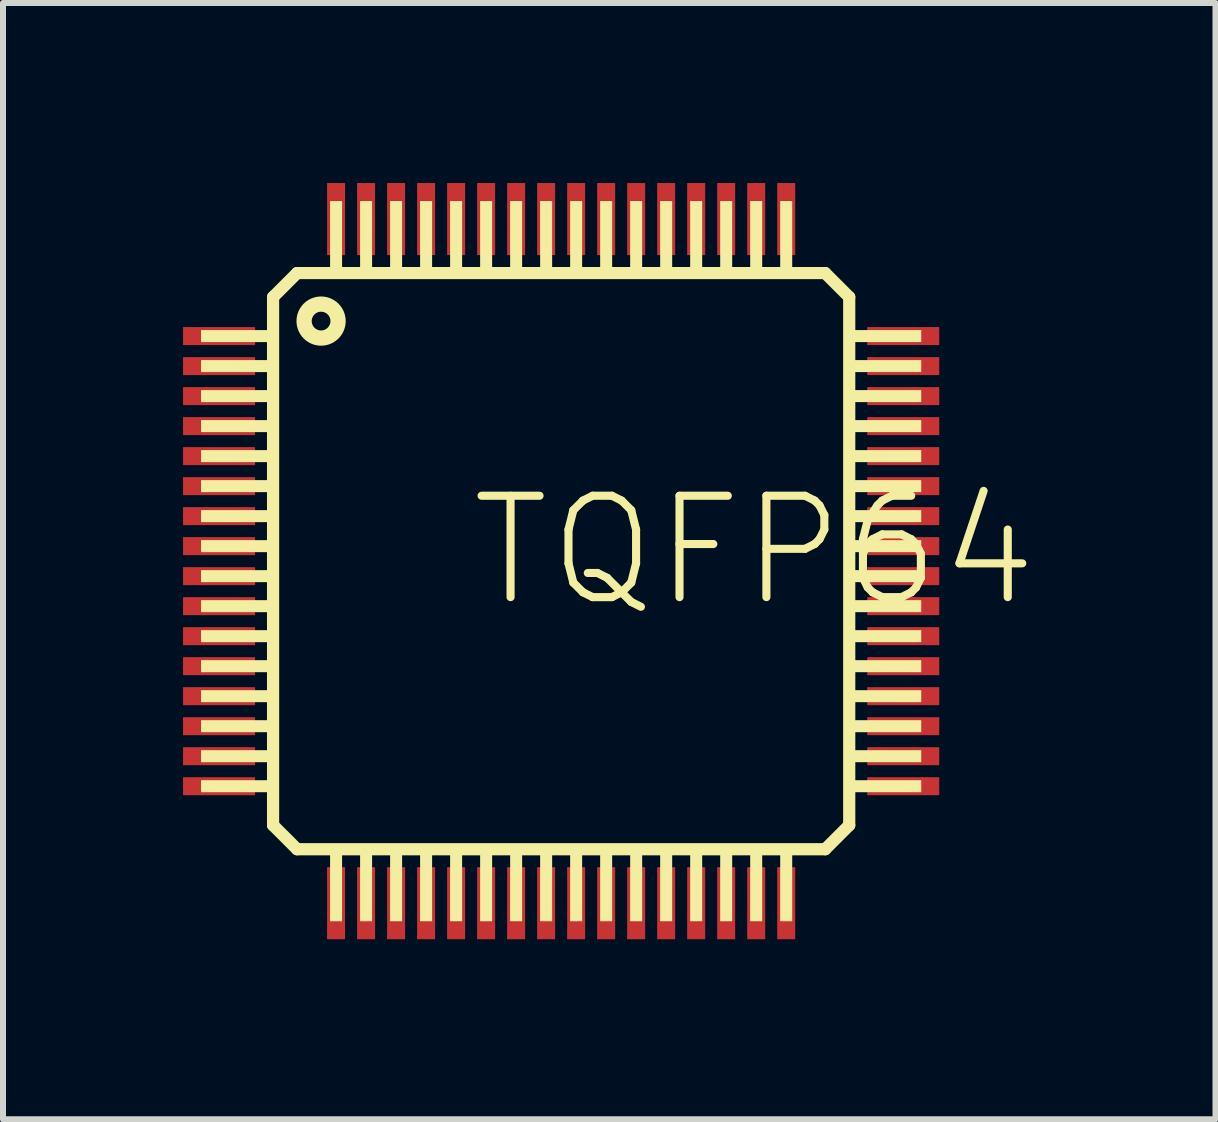
<source format=kicad_pcb>
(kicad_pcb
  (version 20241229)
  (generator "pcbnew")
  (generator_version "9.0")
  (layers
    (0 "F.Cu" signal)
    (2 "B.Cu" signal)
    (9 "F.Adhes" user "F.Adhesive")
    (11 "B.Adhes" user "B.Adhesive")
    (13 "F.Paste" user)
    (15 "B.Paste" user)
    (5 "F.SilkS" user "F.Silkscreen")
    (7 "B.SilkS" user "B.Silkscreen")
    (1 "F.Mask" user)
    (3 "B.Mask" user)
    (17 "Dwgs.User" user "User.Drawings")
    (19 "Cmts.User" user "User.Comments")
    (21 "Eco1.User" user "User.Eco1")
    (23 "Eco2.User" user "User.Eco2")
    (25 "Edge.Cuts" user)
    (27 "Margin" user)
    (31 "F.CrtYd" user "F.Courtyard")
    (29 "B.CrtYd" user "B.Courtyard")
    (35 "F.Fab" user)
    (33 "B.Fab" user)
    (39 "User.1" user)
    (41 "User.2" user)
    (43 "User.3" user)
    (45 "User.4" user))
  (footprint "TQFP64"
    (layer "F.Cu")
    (at 6.3 6.3)
    (property "Reference" "TQFP64" (at -1.575 0.813 180) (layer "F.SilkS") (effects (font (size 1.689 1.689) (thickness 0.135)) (justify left bottom)))
    (attr through_hole)
    (fp_line (start -4.8 -4.4) (end -4.4 -4.8) (stroke (width 0.203) (type solid)) (layer "F.SilkS"))
    (fp_line (start -4.8 4.4) (end -4.8 -4.4) (stroke (width 0.203) (type solid)) (layer "F.SilkS"))
    (fp_line (start -4.4 -4.8) (end 4.4 -4.8) (stroke (width 0.203) (type solid)) (layer "F.SilkS"))
    (fp_line (start -4.4 4.8) (end -4.8 4.4) (stroke (width 0.203) (type solid)) (layer "F.SilkS"))
    (fp_line (start 4.4 -4.8) (end 4.8 -4.4) (stroke (width 0.203) (type solid)) (layer "F.SilkS"))
    (fp_line (start 4.4 4.8) (end -4.4 4.8) (stroke (width 0.203) (type solid)) (layer "F.SilkS"))
    (fp_line (start 4.8 -4.4) (end 4.8 4.4) (stroke (width 0.203) (type solid)) (layer "F.SilkS"))
    (fp_line (start 4.8 4.4) (end 4.4 4.8) (stroke (width 0.203) (type solid)) (layer "F.SilkS"))
    (fp_circle (center -4 -4) (end -3.717 -4) (stroke (width 0.254) (type solid)) (fill no) (layer "F.SilkS"))
    (fp_poly (pts (xy -6 -3.65) (xy -4.8 -3.65) (xy -4.8 -3.85) (xy -6 -3.85)) (stroke (width 0) (type solid)) (fill yes) (layer "F.SilkS"))
    (fp_poly (pts (xy -6 -3.15) (xy -4.8 -3.15) (xy -4.8 -3.35) (xy -6 -3.35)) (stroke (width 0) (type solid)) (fill yes) (layer "F.SilkS"))
    (fp_poly (pts (xy -6 -2.65) (xy -4.8 -2.65) (xy -4.8 -2.85) (xy -6 -2.85)) (stroke (width 0) (type solid)) (fill yes) (layer "F.SilkS"))
    (fp_poly (pts (xy -6 -2.15) (xy -4.8 -2.15) (xy -4.8 -2.35) (xy -6 -2.35)) (stroke (width 0) (type solid)) (fill yes) (layer "F.SilkS"))
    (fp_poly (pts (xy -6 -1.65) (xy -4.8 -1.65) (xy -4.8 -1.85) (xy -6 -1.85)) (stroke (width 0) (type solid)) (fill yes) (layer "F.SilkS"))
    (fp_poly (pts (xy -6 -1.15) (xy -4.8 -1.15) (xy -4.8 -1.35) (xy -6 -1.35)) (stroke (width 0) (type solid)) (fill yes) (layer "F.SilkS"))
    (fp_poly (pts (xy -6 -0.65) (xy -4.8 -0.65) (xy -4.8 -0.85) (xy -6 -0.85)) (stroke (width 0) (type solid)) (fill yes) (layer "F.SilkS"))
    (fp_poly (pts (xy -6 -0.15) (xy -4.8 -0.15) (xy -4.8 -0.35) (xy -6 -0.35)) (stroke (width 0) (type solid)) (fill yes) (layer "F.SilkS"))
    (fp_poly (pts (xy -6 0.35) (xy -4.8 0.35) (xy -4.8 0.15) (xy -6 0.15)) (stroke (width 0) (type solid)) (fill yes) (layer "F.SilkS"))
    (fp_poly (pts (xy -6 0.85) (xy -4.8 0.85) (xy -4.8 0.65) (xy -6 0.65)) (stroke (width 0) (type solid)) (fill yes) (layer "F.SilkS"))
    (fp_poly (pts (xy -6 1.35) (xy -4.8 1.35) (xy -4.8 1.15) (xy -6 1.15)) (stroke (width 0) (type solid)) (fill yes) (layer "F.SilkS"))
    (fp_poly (pts (xy -6 1.85) (xy -4.8 1.85) (xy -4.8 1.65) (xy -6 1.65)) (stroke (width 0) (type solid)) (fill yes) (layer "F.SilkS"))
    (fp_poly (pts (xy -6 2.35) (xy -4.8 2.35) (xy -4.8 2.15) (xy -6 2.15)) (stroke (width 0) (type solid)) (fill yes) (layer "F.SilkS"))
    (fp_poly (pts (xy -6 2.85) (xy -4.8 2.85) (xy -4.8 2.65) (xy -6 2.65)) (stroke (width 0) (type solid)) (fill yes) (layer "F.SilkS"))
    (fp_poly (pts (xy -6 3.35) (xy -4.8 3.35) (xy -4.8 3.15) (xy -6 3.15)) (stroke (width 0) (type solid)) (fill yes) (layer "F.SilkS"))
    (fp_poly (pts (xy -6 3.85) (xy -4.8 3.85) (xy -4.8 3.65) (xy -6 3.65)) (stroke (width 0) (type solid)) (fill yes) (layer "F.SilkS"))
    (fp_poly (pts (xy -3.85 -4.8) (xy -3.65 -4.8) (xy -3.65 -6) (xy -3.85 -6)) (stroke (width 0) (type solid)) (fill yes) (layer "F.SilkS"))
    (fp_poly (pts (xy -3.85 6) (xy -3.65 6) (xy -3.65 4.8) (xy -3.85 4.8)) (stroke (width 0) (type solid)) (fill yes) (layer "F.SilkS"))
    (fp_poly (pts (xy -3.35 -4.8) (xy -3.15 -4.8) (xy -3.15 -6) (xy -3.35 -6)) (stroke (width 0) (type solid)) (fill yes) (layer "F.SilkS"))
    (fp_poly (pts (xy -3.35 6) (xy -3.15 6) (xy -3.15 4.8) (xy -3.35 4.8)) (stroke (width 0) (type solid)) (fill yes) (layer "F.SilkS"))
    (fp_poly (pts (xy -2.85 -4.8) (xy -2.65 -4.8) (xy -2.65 -6) (xy -2.85 -6)) (stroke (width 0) (type solid)) (fill yes) (layer "F.SilkS"))
    (fp_poly (pts (xy -2.85 6) (xy -2.65 6) (xy -2.65 4.8) (xy -2.85 4.8)) (stroke (width 0) (type solid)) (fill yes) (layer "F.SilkS"))
    (fp_poly (pts (xy -2.35 -4.8) (xy -2.15 -4.8) (xy -2.15 -6) (xy -2.35 -6)) (stroke (width 0) (type solid)) (fill yes) (layer "F.SilkS"))
    (fp_poly (pts (xy -2.35 6) (xy -2.15 6) (xy -2.15 4.8) (xy -2.35 4.8)) (stroke (width 0) (type solid)) (fill yes) (layer "F.SilkS"))
    (fp_poly (pts (xy -1.85 -4.8) (xy -1.65 -4.8) (xy -1.65 -6) (xy -1.85 -6)) (stroke (width 0) (type solid)) (fill yes) (layer "F.SilkS"))
    (fp_poly (pts (xy -1.85 6) (xy -1.65 6) (xy -1.65 4.8) (xy -1.85 4.8)) (stroke (width 0) (type solid)) (fill yes) (layer "F.SilkS"))
    (fp_poly (pts (xy -1.35 -4.8) (xy -1.15 -4.8) (xy -1.15 -6) (xy -1.35 -6)) (stroke (width 0) (type solid)) (fill yes) (layer "F.SilkS"))
    (fp_poly (pts (xy -1.35 6) (xy -1.15 6) (xy -1.15 4.8) (xy -1.35 4.8)) (stroke (width 0) (type solid)) (fill yes) (layer "F.SilkS"))
    (fp_poly (pts (xy -0.85 -4.8) (xy -0.65 -4.8) (xy -0.65 -6) (xy -0.85 -6)) (stroke (width 0) (type solid)) (fill yes) (layer "F.SilkS"))
    (fp_poly (pts (xy -0.85 6) (xy -0.65 6) (xy -0.65 4.8) (xy -0.85 4.8)) (stroke (width 0) (type solid)) (fill yes) (layer "F.SilkS"))
    (fp_poly (pts (xy -0.35 -4.8) (xy -0.15 -4.8) (xy -0.15 -6) (xy -0.35 -6)) (stroke (width 0) (type solid)) (fill yes) (layer "F.SilkS"))
    (fp_poly (pts (xy -0.35 6) (xy -0.15 6) (xy -0.15 4.8) (xy -0.35 4.8)) (stroke (width 0) (type solid)) (fill yes) (layer "F.SilkS"))
    (fp_poly (pts (xy 0.15 -4.8) (xy 0.35 -4.8) (xy 0.35 -6) (xy 0.15 -6)) (stroke (width 0) (type solid)) (fill yes) (layer "F.SilkS"))
    (fp_poly (pts (xy 0.15 6) (xy 0.35 6) (xy 0.35 4.8) (xy 0.15 4.8)) (stroke (width 0) (type solid)) (fill yes) (layer "F.SilkS"))
    (fp_poly (pts (xy 0.65 -4.8) (xy 0.85 -4.8) (xy 0.85 -6) (xy 0.65 -6)) (stroke (width 0) (type solid)) (fill yes) (layer "F.SilkS"))
    (fp_poly (pts (xy 0.65 6) (xy 0.85 6) (xy 0.85 4.8) (xy 0.65 4.8)) (stroke (width 0) (type solid)) (fill yes) (layer "F.SilkS"))
    (fp_poly (pts (xy 1.15 -4.8) (xy 1.35 -4.8) (xy 1.35 -6) (xy 1.15 -6)) (stroke (width 0) (type solid)) (fill yes) (layer "F.SilkS"))
    (fp_poly (pts (xy 1.15 6) (xy 1.35 6) (xy 1.35 4.8) (xy 1.15 4.8)) (stroke (width 0) (type solid)) (fill yes) (layer "F.SilkS"))
    (fp_poly (pts (xy 1.65 -4.8) (xy 1.85 -4.8) (xy 1.85 -6) (xy 1.65 -6)) (stroke (width 0) (type solid)) (fill yes) (layer "F.SilkS"))
    (fp_poly (pts (xy 1.65 6) (xy 1.85 6) (xy 1.85 4.8) (xy 1.65 4.8)) (stroke (width 0) (type solid)) (fill yes) (layer "F.SilkS"))
    (fp_poly (pts (xy 2.15 -4.8) (xy 2.35 -4.8) (xy 2.35 -6) (xy 2.15 -6)) (stroke (width 0) (type solid)) (fill yes) (layer "F.SilkS"))
    (fp_poly (pts (xy 2.15 6) (xy 2.35 6) (xy 2.35 4.8) (xy 2.15 4.8)) (stroke (width 0) (type solid)) (fill yes) (layer "F.SilkS"))
    (fp_poly (pts (xy 2.65 -4.8) (xy 2.85 -4.8) (xy 2.85 -6) (xy 2.65 -6)) (stroke (width 0) (type solid)) (fill yes) (layer "F.SilkS"))
    (fp_poly (pts (xy 2.65 6) (xy 2.85 6) (xy 2.85 4.8) (xy 2.65 4.8)) (stroke (width 0) (type solid)) (fill yes) (layer "F.SilkS"))
    (fp_poly (pts (xy 3.15 -4.8) (xy 3.35 -4.8) (xy 3.35 -6) (xy 3.15 -6)) (stroke (width 0) (type solid)) (fill yes) (layer "F.SilkS"))
    (fp_poly (pts (xy 3.15 6) (xy 3.35 6) (xy 3.35 4.8) (xy 3.15 4.8)) (stroke (width 0) (type solid)) (fill yes) (layer "F.SilkS"))
    (fp_poly (pts (xy 3.65 -4.8) (xy 3.85 -4.8) (xy 3.85 -6) (xy 3.65 -6)) (stroke (width 0) (type solid)) (fill yes) (layer "F.SilkS"))
    (fp_poly (pts (xy 3.65 6) (xy 3.85 6) (xy 3.85 4.8) (xy 3.65 4.8)) (stroke (width 0) (type solid)) (fill yes) (layer "F.SilkS"))
    (fp_poly (pts (xy 4.8 -3.65) (xy 6 -3.65) (xy 6 -3.85) (xy 4.8 -3.85)) (stroke (width 0) (type solid)) (fill yes) (layer "F.SilkS"))
    (fp_poly (pts (xy 4.8 -3.15) (xy 6 -3.15) (xy 6 -3.35) (xy 4.8 -3.35)) (stroke (width 0) (type solid)) (fill yes) (layer "F.SilkS"))
    (fp_poly (pts (xy 4.8 -2.65) (xy 6 -2.65) (xy 6 -2.85) (xy 4.8 -2.85)) (stroke (width 0) (type solid)) (fill yes) (layer "F.SilkS"))
    (fp_poly (pts (xy 4.8 -2.15) (xy 6 -2.15) (xy 6 -2.35) (xy 4.8 -2.35)) (stroke (width 0) (type solid)) (fill yes) (layer "F.SilkS"))
    (fp_poly (pts (xy 4.8 -1.65) (xy 6 -1.65) (xy 6 -1.85) (xy 4.8 -1.85)) (stroke (width 0) (type solid)) (fill yes) (layer "F.SilkS"))
    (fp_poly (pts (xy 4.8 -1.15) (xy 6 -1.15) (xy 6 -1.35) (xy 4.8 -1.35)) (stroke (width 0) (type solid)) (fill yes) (layer "F.SilkS"))
    (fp_poly (pts (xy 4.8 -0.65) (xy 6 -0.65) (xy 6 -0.85) (xy 4.8 -0.85)) (stroke (width 0) (type solid)) (fill yes) (layer "F.SilkS"))
    (fp_poly (pts (xy 4.8 -0.15) (xy 6 -0.15) (xy 6 -0.35) (xy 4.8 -0.35)) (stroke (width 0) (type solid)) (fill yes) (layer "F.SilkS"))
    (fp_poly (pts (xy 4.8 0.35) (xy 6 0.35) (xy 6 0.15) (xy 4.8 0.15)) (stroke (width 0) (type solid)) (fill yes) (layer "F.SilkS"))
    (fp_poly (pts (xy 4.8 0.85) (xy 6 0.85) (xy 6 0.65) (xy 4.8 0.65)) (stroke (width 0) (type solid)) (fill yes) (layer "F.SilkS"))
    (fp_poly (pts (xy 4.8 1.35) (xy 6 1.35) (xy 6 1.15) (xy 4.8 1.15)) (stroke (width 0) (type solid)) (fill yes) (layer "F.SilkS"))
    (fp_poly (pts (xy 4.8 1.85) (xy 6 1.85) (xy 6 1.65) (xy 4.8 1.65)) (stroke (width 0) (type solid)) (fill yes) (layer "F.SilkS"))
    (fp_poly (pts (xy 4.8 2.35) (xy 6 2.35) (xy 6 2.15) (xy 4.8 2.15)) (stroke (width 0) (type solid)) (fill yes) (layer "F.SilkS"))
    (fp_poly (pts (xy 4.8 2.85) (xy 6 2.85) (xy 6 2.65) (xy 4.8 2.65)) (stroke (width 0) (type solid)) (fill yes) (layer "F.SilkS"))
    (fp_poly (pts (xy 4.8 3.35) (xy 6 3.35) (xy 6 3.15) (xy 4.8 3.15)) (stroke (width 0) (type solid)) (fill yes) (layer "F.SilkS"))
    (fp_poly (pts (xy 4.8 3.85) (xy 6 3.85) (xy 6 3.65) (xy 4.8 3.65)) (stroke (width 0) (type solid)) (fill yes) (layer "F.SilkS"))
    (pad "1" smd rect (at -5.7 -3.75) (size 1.2 0.3) (layers "F.Cu" "F.Mask" "F.Paste"))
    (pad "2" smd rect (at -5.7 -3.25) (size 1.2 0.3) (layers "F.Cu" "F.Mask" "F.Paste"))
    (pad "3" smd rect (at -5.7 -2.75) (size 1.2 0.3) (layers "F.Cu" "F.Mask" "F.Paste"))
    (pad "4" smd rect (at -5.7 -2.25) (size 1.2 0.3) (layers "F.Cu" "F.Mask" "F.Paste"))
    (pad "5" smd rect (at -5.7 -1.75) (size 1.2 0.3) (layers "F.Cu" "F.Mask" "F.Paste"))
    (pad "6" smd rect (at -5.7 -1.25) (size 1.2 0.3) (layers "F.Cu" "F.Mask" "F.Paste"))
    (pad "7" smd rect (at -5.7 -0.75) (size 1.2 0.3) (layers "F.Cu" "F.Mask" "F.Paste"))
    (pad "8" smd rect (at -5.7 -0.25) (size 1.2 0.3) (layers "F.Cu" "F.Mask" "F.Paste"))
    (pad "9" smd rect (at -5.7 0.25) (size 1.2 0.3) (layers "F.Cu" "F.Mask" "F.Paste"))
    (pad "10" smd rect (at -5.7 0.75) (size 1.2 0.3) (layers "F.Cu" "F.Mask" "F.Paste"))
    (pad "11" smd rect (at -5.7 1.25) (size 1.2 0.3) (layers "F.Cu" "F.Mask" "F.Paste"))
    (pad "12" smd rect (at -5.7 1.75) (size 1.2 0.3) (layers "F.Cu" "F.Mask" "F.Paste"))
    (pad "13" smd rect (at -5.7 2.25) (size 1.2 0.3) (layers "F.Cu" "F.Mask" "F.Paste"))
    (pad "14" smd rect (at -5.7 2.75) (size 1.2 0.3) (layers "F.Cu" "F.Mask" "F.Paste"))
    (pad "15" smd rect (at -5.7 3.25) (size 1.2 0.3) (layers "F.Cu" "F.Mask" "F.Paste"))
    (pad "16" smd rect (at -5.7 3.75) (size 1.2 0.3) (layers "F.Cu" "F.Mask" "F.Paste"))
    (pad "17" smd rect (at -3.75 5.7) (size 0.3 1.2) (layers "F.Cu" "F.Mask" "F.Paste"))
    (pad "18" smd rect (at -3.25 5.7) (size 0.3 1.2) (layers "F.Cu" "F.Mask" "F.Paste"))
    (pad "19" smd rect (at -2.75 5.7) (size 0.3 1.2) (layers "F.Cu" "F.Mask" "F.Paste"))
    (pad "20" smd rect (at -2.25 5.7) (size 0.3 1.2) (layers "F.Cu" "F.Mask" "F.Paste"))
    (pad "21" smd rect (at -1.75 5.7) (size 0.3 1.2) (layers "F.Cu" "F.Mask" "F.Paste"))
    (pad "22" smd rect (at -1.25 5.7) (size 0.3 1.2) (layers "F.Cu" "F.Mask" "F.Paste"))
    (pad "23" smd rect (at -0.75 5.7) (size 0.3 1.2) (layers "F.Cu" "F.Mask" "F.Paste"))
    (pad "24" smd rect (at -0.25 5.7) (size 0.3 1.2) (layers "F.Cu" "F.Mask" "F.Paste"))
    (pad "25" smd rect (at 0.25 5.7) (size 0.3 1.2) (layers "F.Cu" "F.Mask" "F.Paste"))
    (pad "26" smd rect (at 0.75 5.7) (size 0.3 1.2) (layers "F.Cu" "F.Mask" "F.Paste"))
    (pad "27" smd rect (at 1.25 5.7) (size 0.3 1.2) (layers "F.Cu" "F.Mask" "F.Paste"))
    (pad "28" smd rect (at 1.75 5.7) (size 0.3 1.2) (layers "F.Cu" "F.Mask" "F.Paste"))
    (pad "29" smd rect (at 2.25 5.7) (size 0.3 1.2) (layers "F.Cu" "F.Mask" "F.Paste"))
    (pad "30" smd rect (at 2.75 5.7) (size 0.3 1.2) (layers "F.Cu" "F.Mask" "F.Paste"))
    (pad "31" smd rect (at 3.25 5.7) (size 0.3 1.2) (layers "F.Cu" "F.Mask" "F.Paste"))
    (pad "32" smd rect (at 3.75 5.7) (size 0.3 1.2) (layers "F.Cu" "F.Mask" "F.Paste"))
    (pad "33" smd rect (at 5.7 3.75) (size 1.2 0.3) (layers "F.Cu" "F.Mask" "F.Paste"))
    (pad "34" smd rect (at 5.7 3.25) (size 1.2 0.3) (layers "F.Cu" "F.Mask" "F.Paste"))
    (pad "35" smd rect (at 5.7 2.75) (size 1.2 0.3) (layers "F.Cu" "F.Mask" "F.Paste"))
    (pad "36" smd rect (at 5.7 2.25) (size 1.2 0.3) (layers "F.Cu" "F.Mask" "F.Paste"))
    (pad "37" smd rect (at 5.7 1.75) (size 1.2 0.3) (layers "F.Cu" "F.Mask" "F.Paste"))
    (pad "38" smd rect (at 5.7 1.25) (size 1.2 0.3) (layers "F.Cu" "F.Mask" "F.Paste"))
    (pad "39" smd rect (at 5.7 0.75) (size 1.2 0.3) (layers "F.Cu" "F.Mask" "F.Paste"))
    (pad "40" smd rect (at 5.7 0.25) (size 1.2 0.3) (layers "F.Cu" "F.Mask" "F.Paste"))
    (pad "41" smd rect (at 5.7 -0.25) (size 1.2 0.3) (layers "F.Cu" "F.Mask" "F.Paste"))
    (pad "42" smd rect (at 5.7 -0.75) (size 1.2 0.3) (layers "F.Cu" "F.Mask" "F.Paste"))
    (pad "43" smd rect (at 5.7 -1.25) (size 1.2 0.3) (layers "F.Cu" "F.Mask" "F.Paste"))
    (pad "44" smd rect (at 5.7 -1.75) (size 1.2 0.3) (layers "F.Cu" "F.Mask" "F.Paste"))
    (pad "45" smd rect (at 5.7 -2.25) (size 1.2 0.3) (layers "F.Cu" "F.Mask" "F.Paste"))
    (pad "46" smd rect (at 5.7 -2.75) (size 1.2 0.3) (layers "F.Cu" "F.Mask" "F.Paste"))
    (pad "47" smd rect (at 5.7 -3.25) (size 1.2 0.3) (layers "F.Cu" "F.Mask" "F.Paste"))
    (pad "48" smd rect (at 5.7 -3.75) (size 1.2 0.3) (layers "F.Cu" "F.Mask" "F.Paste"))
    (pad "49" smd rect (at 3.75 -5.7) (size 0.3 1.2) (layers "F.Cu" "F.Mask" "F.Paste"))
    (pad "50" smd rect (at 3.25 -5.7) (size 0.3 1.2) (layers "F.Cu" "F.Mask" "F.Paste"))
    (pad "51" smd rect (at 2.75 -5.7) (size 0.3 1.2) (layers "F.Cu" "F.Mask" "F.Paste"))
    (pad "52" smd rect (at 2.25 -5.7) (size 0.3 1.2) (layers "F.Cu" "F.Mask" "F.Paste"))
    (pad "53" smd rect (at 1.75 -5.7) (size 0.3 1.2) (layers "F.Cu" "F.Mask" "F.Paste"))
    (pad "54" smd rect (at 1.25 -5.7) (size 0.3 1.2) (layers "F.Cu" "F.Mask" "F.Paste"))
    (pad "55" smd rect (at 0.75 -5.7) (size 0.3 1.2) (layers "F.Cu" "F.Mask" "F.Paste"))
    (pad "56" smd rect (at 0.25 -5.7) (size 0.3 1.2) (layers "F.Cu" "F.Mask" "F.Paste"))
    (pad "57" smd rect (at -0.25 -5.7) (size 0.3 1.2) (layers "F.Cu" "F.Mask" "F.Paste"))
    (pad "58" smd rect (at -0.75 -5.7) (size 0.3 1.2) (layers "F.Cu" "F.Mask" "F.Paste"))
    (pad "59" smd rect (at -1.25 -5.7) (size 0.3 1.2) (layers "F.Cu" "F.Mask" "F.Paste"))
    (pad "60" smd rect (at -1.75 -5.7) (size 0.3 1.2) (layers "F.Cu" "F.Mask" "F.Paste"))
    (pad "61" smd rect (at -2.25 -5.7) (size 0.3 1.2) (layers "F.Cu" "F.Mask" "F.Paste"))
    (pad "62" smd rect (at -2.75 -5.7) (size 0.3 1.2) (layers "F.Cu" "F.Mask" "F.Paste"))
    (pad "63" smd rect (at -3.25 -5.7) (size 0.3 1.2) (layers "F.Cu" "F.Mask" "F.Paste"))
    (pad "64" smd rect (at -3.75 -5.7) (size 0.3 1.2) (layers "F.Cu" "F.Mask" "F.Paste")))
  (gr_rect
    (start -3 -3)
    (end 17.203 15.6)
    (stroke (width 0.1) (type default))
    (fill no)
    (layer "Edge.Cuts")))
</source>
